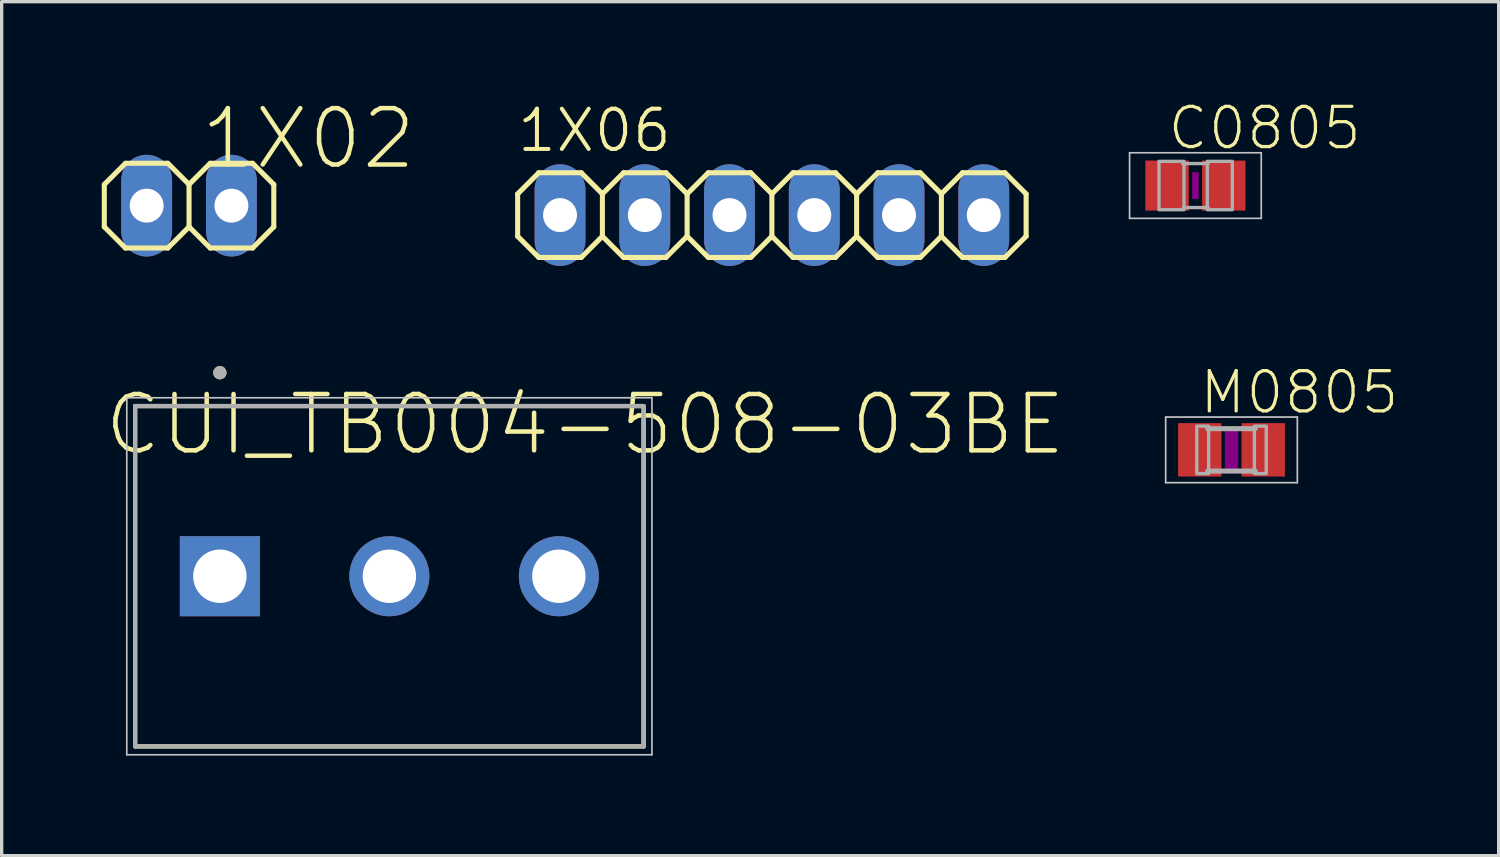
<source format=kicad_pcb>
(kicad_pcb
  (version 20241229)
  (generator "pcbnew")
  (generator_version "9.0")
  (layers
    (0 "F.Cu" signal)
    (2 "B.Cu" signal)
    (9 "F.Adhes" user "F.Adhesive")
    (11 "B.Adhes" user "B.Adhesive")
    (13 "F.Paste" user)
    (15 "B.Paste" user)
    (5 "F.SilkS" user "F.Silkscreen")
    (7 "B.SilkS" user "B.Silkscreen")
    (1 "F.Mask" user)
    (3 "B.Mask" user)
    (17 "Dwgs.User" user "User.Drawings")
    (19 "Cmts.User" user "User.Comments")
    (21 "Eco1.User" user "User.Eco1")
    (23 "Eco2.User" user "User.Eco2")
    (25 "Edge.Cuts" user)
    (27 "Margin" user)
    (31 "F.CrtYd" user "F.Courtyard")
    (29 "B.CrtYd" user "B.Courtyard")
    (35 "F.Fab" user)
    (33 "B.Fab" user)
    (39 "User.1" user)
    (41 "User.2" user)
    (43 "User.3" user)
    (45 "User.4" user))
  (footprint "1X06"
    (layer "F.Cu")
    (at 20.085 3.397)
    (property "Reference" "1X06" (at -7.696 -1.829 0) (layer "F.SilkS") (effects (font (size 1.206 1.206) (thickness 0.121)) (justify left bottom)))
    (attr through_hole)
    (fp_line (start -7.62 -0.635) (end -7.62 0.635) (stroke (width 0.152) (type solid)) (layer "F.SilkS"))
    (fp_line (start -7.62 0.635) (end -6.985 1.27) (stroke (width 0.152) (type solid)) (layer "F.SilkS"))
    (fp_line (start -6.985 -1.27) (end -7.62 -0.635) (stroke (width 0.152) (type solid)) (layer "F.SilkS"))
    (fp_line (start -6.985 -1.27) (end -5.715 -1.27) (stroke (width 0.152) (type solid)) (layer "F.SilkS"))
    (fp_line (start -5.715 -1.27) (end -5.08 -0.635) (stroke (width 0.152) (type solid)) (layer "F.SilkS"))
    (fp_line (start -5.715 1.27) (end -6.985 1.27) (stroke (width 0.152) (type solid)) (layer "F.SilkS"))
    (fp_line (start -5.08 -0.635) (end -5.08 0.635) (stroke (width 0.152) (type solid)) (layer "F.SilkS"))
    (fp_line (start -5.08 -0.635) (end -4.445 -1.27) (stroke (width 0.152) (type solid)) (layer "F.SilkS"))
    (fp_line (start -5.08 0.635) (end -5.715 1.27) (stroke (width 0.152) (type solid)) (layer "F.SilkS"))
    (fp_line (start -4.445 -1.27) (end -3.175 -1.27) (stroke (width 0.152) (type solid)) (layer "F.SilkS"))
    (fp_line (start -4.445 1.27) (end -5.08 0.635) (stroke (width 0.152) (type solid)) (layer "F.SilkS"))
    (fp_line (start -3.175 -1.27) (end -2.54 -0.635) (stroke (width 0.152) (type solid)) (layer "F.SilkS"))
    (fp_line (start -3.175 1.27) (end -4.445 1.27) (stroke (width 0.152) (type solid)) (layer "F.SilkS"))
    (fp_line (start -2.54 -0.635) (end -2.54 0.635) (stroke (width 0.152) (type solid)) (layer "F.SilkS"))
    (fp_line (start -2.54 -0.635) (end -1.905 -1.27) (stroke (width 0.152) (type solid)) (layer "F.SilkS"))
    (fp_line (start -2.54 0.635) (end -3.175 1.27) (stroke (width 0.152) (type solid)) (layer "F.SilkS"))
    (fp_line (start -1.905 -1.27) (end -0.635 -1.27) (stroke (width 0.152) (type solid)) (layer "F.SilkS"))
    (fp_line (start -1.905 1.27) (end -2.54 0.635) (stroke (width 0.152) (type solid)) (layer "F.SilkS"))
    (fp_line (start -0.635 -1.27) (end 0 -0.635) (stroke (width 0.152) (type solid)) (layer "F.SilkS"))
    (fp_line (start -0.635 1.27) (end -1.905 1.27) (stroke (width 0.152) (type solid)) (layer "F.SilkS"))
    (fp_line (start 0 -0.635) (end 0 0.635) (stroke (width 0.152) (type solid)) (layer "F.SilkS"))
    (fp_line (start 0 0.635) (end -0.635 1.27) (stroke (width 0.152) (type solid)) (layer "F.SilkS"))
    (fp_line (start 0 0.635) (end 0.635 1.27) (stroke (width 0.152) (type solid)) (layer "F.SilkS"))
    (fp_line (start 0.635 -1.27) (end 0 -0.635) (stroke (width 0.152) (type solid)) (layer "F.SilkS"))
    (fp_line (start 0.635 -1.27) (end 1.905 -1.27) (stroke (width 0.152) (type solid)) (layer "F.SilkS"))
    (fp_line (start 1.905 -1.27) (end 2.54 -0.635) (stroke (width 0.152) (type solid)) (layer "F.SilkS"))
    (fp_line (start 1.905 1.27) (end 0.635 1.27) (stroke (width 0.152) (type solid)) (layer "F.SilkS"))
    (fp_line (start 2.54 -0.635) (end 2.54 0.635) (stroke (width 0.152) (type solid)) (layer "F.SilkS"))
    (fp_line (start 2.54 -0.635) (end 3.175 -1.27) (stroke (width 0.152) (type solid)) (layer "F.SilkS"))
    (fp_line (start 2.54 0.635) (end 1.905 1.27) (stroke (width 0.152) (type solid)) (layer "F.SilkS"))
    (fp_line (start 3.175 -1.27) (end 4.445 -1.27) (stroke (width 0.152) (type solid)) (layer "F.SilkS"))
    (fp_line (start 3.175 1.27) (end 2.54 0.635) (stroke (width 0.152) (type solid)) (layer "F.SilkS"))
    (fp_line (start 4.445 -1.27) (end 5.08 -0.635) (stroke (width 0.152) (type solid)) (layer "F.SilkS"))
    (fp_line (start 4.445 1.27) (end 3.175 1.27) (stroke (width 0.152) (type solid)) (layer "F.SilkS"))
    (fp_line (start 5.08 -0.635) (end 5.08 0.635) (stroke (width 0.152) (type solid)) (layer "F.SilkS"))
    (fp_line (start 5.08 0.635) (end 4.445 1.27) (stroke (width 0.152) (type solid)) (layer "F.SilkS"))
    (fp_line (start 5.08 0.635) (end 5.715 1.27) (stroke (width 0.152) (type solid)) (layer "F.SilkS"))
    (fp_line (start 5.715 -1.27) (end 5.08 -0.635) (stroke (width 0.152) (type solid)) (layer "F.SilkS"))
    (fp_line (start 5.715 -1.27) (end 6.985 -1.27) (stroke (width 0.152) (type solid)) (layer "F.SilkS"))
    (fp_line (start 6.985 -1.27) (end 7.62 -0.635) (stroke (width 0.152) (type solid)) (layer "F.SilkS"))
    (fp_line (start 6.985 1.27) (end 5.715 1.27) (stroke (width 0.152) (type solid)) (layer "F.SilkS"))
    (fp_line (start 7.62 -0.635) (end 7.62 0.635) (stroke (width 0.152) (type solid)) (layer "F.SilkS"))
    (fp_line (start 7.62 0.635) (end 6.985 1.27) (stroke (width 0.152) (type solid)) (layer "F.SilkS"))
    (fp_poly (pts (xy -6.604 0.254) (xy -6.096 0.254) (xy -6.096 -0.254) (xy -6.604 -0.254)) (stroke (width 0.1) (type solid)) (fill no) (layer "F.Fab"))
    (fp_poly (pts (xy -4.064 0.254) (xy -3.556 0.254) (xy -3.556 -0.254) (xy -4.064 -0.254)) (stroke (width 0.1) (type solid)) (fill no) (layer "F.Fab"))
    (fp_poly (pts (xy -1.524 0.254) (xy -1.016 0.254) (xy -1.016 -0.254) (xy -1.524 -0.254)) (stroke (width 0.1) (type solid)) (fill no) (layer "F.Fab"))
    (fp_poly (pts (xy 1.016 0.254) (xy 1.524 0.254) (xy 1.524 -0.254) (xy 1.016 -0.254)) (stroke (width 0.1) (type solid)) (fill no) (layer "F.Fab"))
    (fp_poly (pts (xy 3.556 0.254) (xy 4.064 0.254) (xy 4.064 -0.254) (xy 3.556 -0.254)) (stroke (width 0.1) (type solid)) (fill no) (layer "F.Fab"))
    (fp_poly (pts (xy 6.096 0.254) (xy 6.604 0.254) (xy 6.604 -0.254) (xy 6.096 -0.254)) (stroke (width 0.1) (type solid)) (fill no) (layer "F.Fab"))
    (pad "1" thru_hole oval (at -6.35 0 90) (size 3.048 1.524) (drill 1.016) (layers "*.Cu" "*.Mask"))
    (pad "2" thru_hole oval (at -3.81 0 90) (size 3.048 1.524) (drill 1.016) (layers "*.Cu" "*.Mask"))
    (pad "3" thru_hole oval (at -1.27 0 90) (size 3.048 1.524) (drill 1.016) (layers "*.Cu" "*.Mask"))
    (pad "4" thru_hole oval (at 1.27 0 90) (size 3.048 1.524) (drill 1.016) (layers "*.Cu" "*.Mask"))
    (pad "5" thru_hole oval (at 3.81 0 90) (size 3.048 1.524) (drill 1.016) (layers "*.Cu" "*.Mask"))
    (pad "6" thru_hole oval (at 6.35 0 90) (size 3.048 1.524) (drill 1.016) (layers "*.Cu" "*.Mask")))
  (footprint "M0805"
    (layer "F.Cu")
    (at 33.861 10.433)
    (property "Reference" "M0805" (at -1.016 -1.016 0) (layer "F.SilkS") (effects (font (size 1.206 1.206) (thickness 0.097)) (justify left bottom)))
    (attr through_hole)
    (fp_poly (pts (xy -0.2 0.6) (xy 0.2 0.6) (xy 0.2 -0.6) (xy -0.2 -0.6)) (stroke (width 0) (type solid)) (fill yes) (layer "F.Adhes"))
    (fp_line (start -1.973 -0.983) (end 1.973 -0.983) (stroke (width 0.051) (type solid)) (layer "Dwgs.User"))
    (fp_line (start -1.973 0.983) (end -1.973 -0.983) (stroke (width 0.051) (type solid)) (layer "Dwgs.User"))
    (fp_line (start 1.973 -0.983) (end 1.973 0.983) (stroke (width 0.051) (type solid)) (layer "Dwgs.User"))
    (fp_line (start 1.973 0.983) (end -1.973 0.983) (stroke (width 0.051) (type solid)) (layer "Dwgs.User"))
    (fp_line (start 0.711 -0.635) (end -0.711 -0.635) (stroke (width 0.152) (type solid)) (layer "F.Fab"))
    (fp_line (start 0.711 0.635) (end -0.711 0.635) (stroke (width 0.152) (type solid)) (layer "F.Fab"))
    (fp_poly (pts (xy -1.041 0.711) (xy -0.686 0.711) (xy -0.686 -0.711) (xy -1.041 -0.711)) (stroke (width 0.1) (type solid)) (fill no) (layer "F.Fab"))
    (fp_poly (pts (xy 0.686 0.711) (xy 1.041 0.711) (xy 1.041 -0.711) (xy 0.686 -0.711)) (stroke (width 0.1) (type solid)) (fill no) (layer "F.Fab"))
    (pad "1" smd rect (at -0.95 0) (size 1.3 1.6) (layers "F.Cu" "F.Mask" "F.Paste"))
    (pad "2" smd rect (at 0.95 0) (size 1.3 1.6) (layers "F.Cu" "F.Mask" "F.Paste")))
  (footprint "CUI_TB004-508-03BE"
    (layer "F.Cu")
    (at 3.54 14.221)
    (property "Reference" "CUI_TB004-508-03BE" (at -3.54 -3.56 180) (layer "F.SilkS") (effects (font (size 1.689 1.689) (thickness 0.135)) (justify left bottom)))
    (attr through_hole)
    (fp_line (start -2.54 -5.1) (end 12.7 -5.1) (stroke (width 0.127) (type solid)) (layer "F.SilkS"))
    (fp_line (start -2.54 5.1) (end -2.54 -5.1) (stroke (width 0.127) (type solid)) (layer "F.SilkS"))
    (fp_line (start 12.7 -5.1) (end 12.7 5.1) (stroke (width 0.127) (type solid)) (layer "F.SilkS"))
    (fp_line (start 12.7 5.1) (end -2.54 5.1) (stroke (width 0.127) (type solid)) (layer "F.SilkS"))
    (fp_circle (center 0 -6.1) (end 0.1 -6.1) (stroke (width 0.2) (type solid)) (fill no) (layer "F.SilkS"))
    (fp_line (start -2.79 -5.35) (end 12.95 -5.35) (stroke (width 0.05) (type solid)) (layer "Dwgs.User"))
    (fp_line (start -2.79 5.35) (end -2.79 -5.35) (stroke (width 0.05) (type solid)) (layer "Dwgs.User"))
    (fp_line (start 12.95 -5.35) (end 12.95 5.35) (stroke (width 0.05) (type solid)) (layer "Dwgs.User"))
    (fp_line (start 12.95 5.35) (end -2.79 5.35) (stroke (width 0.05) (type solid)) (layer "Dwgs.User"))
    (fp_line (start -2.54 -5.1) (end 12.7 -5.1) (stroke (width 0.127) (type solid)) (layer "F.Fab"))
    (fp_line (start -2.54 5.1) (end -2.54 -5.1) (stroke (width 0.127) (type solid)) (layer "F.Fab"))
    (fp_line (start 12.7 -5.1) (end 12.7 5.1) (stroke (width 0.127) (type solid)) (layer "F.Fab"))
    (fp_line (start 12.7 5.1) (end -2.54 5.1) (stroke (width 0.127) (type solid)) (layer "F.Fab"))
    (fp_circle (center 0 -6.1) (end 0.1 -6.1) (stroke (width 0.2) (type solid)) (fill no) (layer "F.Fab"))
    (pad "1" thru_hole rect (at 0 0) (size 2.4 2.4) (drill 1.6) (layers "*.Cu" "*.Mask"))
    (pad "2" thru_hole circle (at 5.08 0) (size 2.4 2.4) (drill 1.6) (layers "*.Cu" "*.Mask"))
    (pad "3" thru_hole circle (at 10.16 0) (size 2.4 2.4) (drill 1.6) (layers "*.Cu" "*.Mask")))
  (footprint "C0805"
    (layer "F.Cu")
    (at 32.779 2.512)
    (property "Reference" "C0805" (at -0.889 -1.016 180) (layer "F.SilkS") (effects (font (size 1.206 1.206) (thickness 0.097)) (justify left bottom)))
    (attr through_hole)
    (fp_poly (pts (xy -0.1 0.4) (xy 0.1 0.4) (xy 0.1 -0.4) (xy -0.1 -0.4)) (stroke (width 0) (type solid)) (fill yes) (layer "F.Adhes"))
    (fp_line (start -1.973 -0.983) (end 1.973 -0.983) (stroke (width 0.051) (type solid)) (layer "Dwgs.User"))
    (fp_line (start -1.973 0.983) (end -1.973 -0.983) (stroke (width 0.051) (type solid)) (layer "Dwgs.User"))
    (fp_line (start 1.973 -0.983) (end 1.973 0.983) (stroke (width 0.051) (type solid)) (layer "Dwgs.User"))
    (fp_line (start 1.973 0.983) (end -1.973 0.983) (stroke (width 0.051) (type solid)) (layer "Dwgs.User"))
    (fp_line (start -0.381 -0.66) (end 0.381 -0.66) (stroke (width 0.102) (type solid)) (layer "F.Fab"))
    (fp_line (start -0.356 0.66) (end 0.381 0.66) (stroke (width 0.102) (type solid)) (layer "F.Fab"))
    (fp_poly (pts (xy -1.092 0.724) (xy -0.342 0.724) (xy -0.342 -0.726) (xy -1.092 -0.726)) (stroke (width 0.1) (type solid)) (fill no) (layer "F.Fab"))
    (fp_poly (pts (xy 0.356 0.724) (xy 1.106 0.724) (xy 1.106 -0.726) (xy 0.356 -0.726)) (stroke (width 0.1) (type solid)) (fill no) (layer "F.Fab"))
    (pad "1" smd rect (at -0.85 0) (size 1.3 1.5) (layers "F.Cu" "F.Mask" "F.Paste"))
    (pad "2" smd rect (at 0.85 0) (size 1.3 1.5) (layers "F.Cu" "F.Mask" "F.Paste")))
  (footprint "1X02"
    (layer "F.Cu")
    (at 2.616 3.114)
    (property "Reference" "1X02" (at 0.27 -1.02 180) (layer "F.SilkS") (effects (font (size 1.689 1.689) (thickness 0.135)) (justify left bottom)))
    (attr through_hole)
    (fp_line (start -2.54 -0.635) (end -2.54 0.635) (stroke (width 0.152) (type solid)) (layer "F.SilkS"))
    (fp_line (start -2.54 0.635) (end -1.905 1.27) (stroke (width 0.152) (type solid)) (layer "F.SilkS"))
    (fp_line (start -1.905 -1.27) (end -2.54 -0.635) (stroke (width 0.152) (type solid)) (layer "F.SilkS"))
    (fp_line (start -1.905 -1.27) (end -0.635 -1.27) (stroke (width 0.152) (type solid)) (layer "F.SilkS"))
    (fp_line (start -0.635 -1.27) (end 0 -0.635) (stroke (width 0.152) (type solid)) (layer "F.SilkS"))
    (fp_line (start -0.635 1.27) (end -1.905 1.27) (stroke (width 0.152) (type solid)) (layer "F.SilkS"))
    (fp_line (start 0 -0.635) (end 0 0.635) (stroke (width 0.152) (type solid)) (layer "F.SilkS"))
    (fp_line (start 0 -0.635) (end 0.635 -1.27) (stroke (width 0.152) (type solid)) (layer "F.SilkS"))
    (fp_line (start 0 0.635) (end -0.635 1.27) (stroke (width 0.152) (type solid)) (layer "F.SilkS"))
    (fp_line (start 0.635 -1.27) (end 1.905 -1.27) (stroke (width 0.152) (type solid)) (layer "F.SilkS"))
    (fp_line (start 0.635 1.27) (end 0 0.635) (stroke (width 0.152) (type solid)) (layer "F.SilkS"))
    (fp_line (start 1.905 -1.27) (end 2.54 -0.635) (stroke (width 0.152) (type solid)) (layer "F.SilkS"))
    (fp_line (start 1.905 1.27) (end 0.635 1.27) (stroke (width 0.152) (type solid)) (layer "F.SilkS"))
    (fp_line (start 2.54 -0.635) (end 2.54 0.635) (stroke (width 0.152) (type solid)) (layer "F.SilkS"))
    (fp_line (start 2.54 0.635) (end 1.905 1.27) (stroke (width 0.152) (type solid)) (layer "F.SilkS"))
    (fp_poly (pts (xy -1.524 0.254) (xy -1.016 0.254) (xy -1.016 -0.254) (xy -1.524 -0.254)) (stroke (width 0.1) (type solid)) (fill no) (layer "F.Fab"))
    (fp_poly (pts (xy 1.016 0.254) (xy 1.524 0.254) (xy 1.524 -0.254) (xy 1.016 -0.254)) (stroke (width 0.1) (type solid)) (fill no) (layer "F.Fab"))
    (pad "1" thru_hole oval (at -1.27 0 90) (size 3.048 1.524) (drill 1.016) (layers "*.Cu" "*.Mask"))
    (pad "2" thru_hole oval (at 1.27 0 90) (size 3.048 1.524) (drill 1.016) (layers "*.Cu" "*.Mask")))
  (gr_rect
    (start -3 -3)
    (end 41.868 22.596)
    (stroke (width 0.1) (type default))
    (fill no)
    (layer "Edge.Cuts")))
</source>
